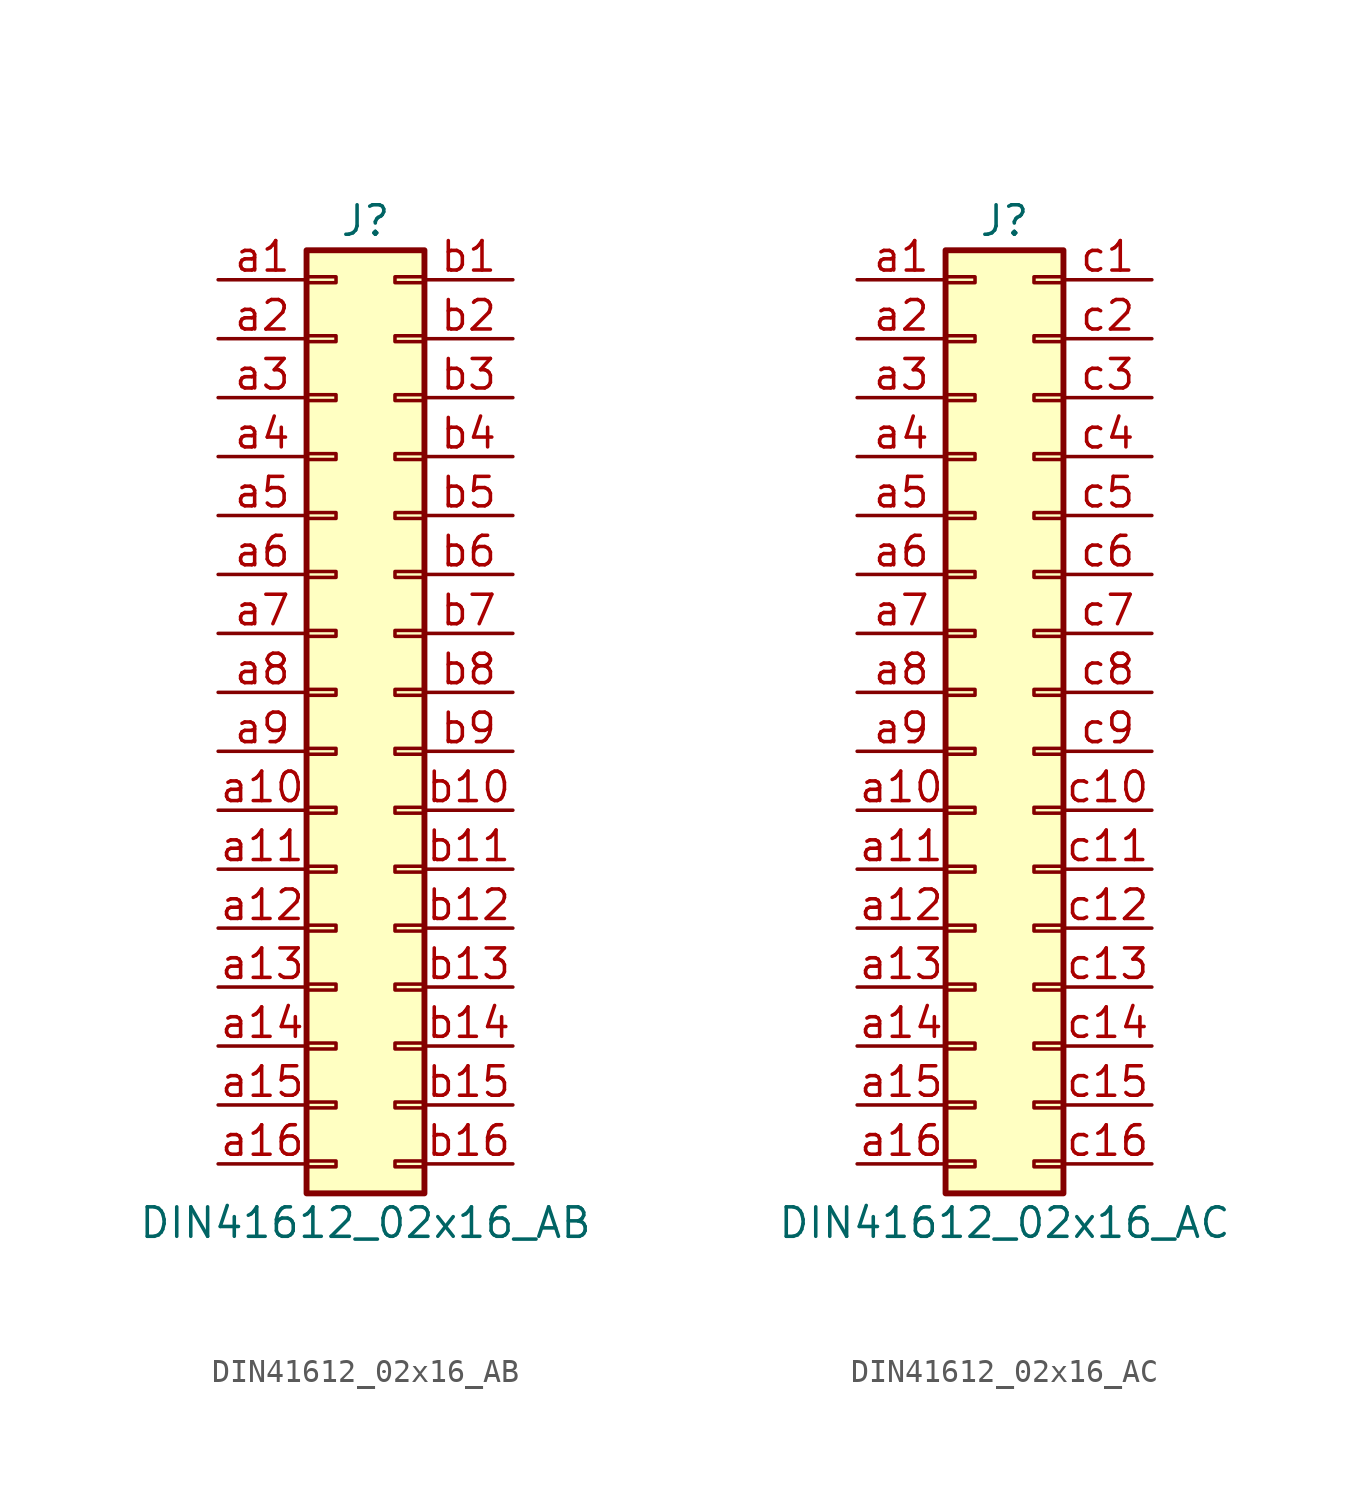
<source format=kicad_sym>
(kicad_symbol_lib
  (version 20201005)
  (generator kicad_symbol_editor)
  (symbol "Connector:DIN41612_02x16_AB"
    (pin_names
      (offset 1.016) hide)
    (property "Reference" "J"
      (at 1.27 20.32 0)
      (effects (font (size 1.27 1.27))))
    (property "Value" "DIN41612_02x16_AB"
      (at 1.27 -22.86 0)
      (effects (font (size 1.27 1.27))))
    (symbol "DIN41612_02x16_AB_1_1"
      (rectangle (start -1.27 -20.193) (end 0 -20.447) (stroke (width 0.152)) (fill (type none)))
      (rectangle (start -1.27 -17.653) (end 0 -17.907) (stroke (width 0.152)) (fill (type none)))
      (rectangle (start -1.27 -15.113) (end 0 -15.367) (stroke (width 0.152)) (fill (type none)))
      (rectangle (start -1.27 -12.573) (end 0 -12.827) (stroke (width 0.152)) (fill (type none)))
      (rectangle (start -1.27 -10.033) (end 0 -10.287) (stroke (width 0.152)) (fill (type none)))
      (rectangle (start -1.27 -7.493) (end 0 -7.747) (stroke (width 0.152)) (fill (type none)))
      (rectangle (start -1.27 -4.953) (end 0 -5.207) (stroke (width 0.152)) (fill (type none)))
      (rectangle (start -1.27 -2.413) (end 0 -2.667) (stroke (width 0.152)) (fill (type none)))
      (rectangle (start -1.27 0.127) (end 0 -0.127) (stroke (width 0.152)) (fill (type none)))
      (rectangle (start -1.27 2.667) (end 0 2.413) (stroke (width 0.152)) (fill (type none)))
      (rectangle (start -1.27 5.207) (end 0 4.953) (stroke (width 0.152)) (fill (type none)))
      (rectangle (start -1.27 7.747) (end 0 7.493) (stroke (width 0.152)) (fill (type none)))
      (rectangle (start -1.27 10.287) (end 0 10.033) (stroke (width 0.152)) (fill (type none)))
      (rectangle (start -1.27 12.827) (end 0 12.573) (stroke (width 0.152)) (fill (type none)))
      (rectangle (start -1.27 15.367) (end 0 15.113) (stroke (width 0.152)) (fill (type none)))
      (rectangle (start -1.27 17.907) (end 0 17.653) (stroke (width 0.152)) (fill (type none)))
      (rectangle (start -1.27 19.05) (end 3.81 -21.59) (stroke (width 0.254)) (fill (type background)))
      (rectangle (start 3.81 -20.193) (end 2.54 -20.447) (stroke (width 0.152)) (fill (type none)))
      (rectangle (start 3.81 -17.653) (end 2.54 -17.907) (stroke (width 0.152)) (fill (type none)))
      (rectangle (start 3.81 -15.113) (end 2.54 -15.367) (stroke (width 0.152)) (fill (type none)))
      (rectangle (start 3.81 -12.573) (end 2.54 -12.827) (stroke (width 0.152)) (fill (type none)))
      (rectangle (start 3.81 -10.033) (end 2.54 -10.287) (stroke (width 0.152)) (fill (type none)))
      (rectangle (start 3.81 -7.493) (end 2.54 -7.747) (stroke (width 0.152)) (fill (type none)))
      (rectangle (start 3.81 -4.953) (end 2.54 -5.207) (stroke (width 0.152)) (fill (type none)))
      (rectangle (start 3.81 -2.413) (end 2.54 -2.667) (stroke (width 0.152)) (fill (type none)))
      (rectangle (start 3.81 0.127) (end 2.54 -0.127) (stroke (width 0.152)) (fill (type none)))
      (rectangle (start 3.81 2.667) (end 2.54 2.413) (stroke (width 0.152)) (fill (type none)))
      (rectangle (start 3.81 5.207) (end 2.54 4.953) (stroke (width 0.152)) (fill (type none)))
      (rectangle (start 3.81 7.747) (end 2.54 7.493) (stroke (width 0.152)) (fill (type none)))
      (rectangle (start 3.81 10.287) (end 2.54 10.033) (stroke (width 0.152)) (fill (type none)))
      (rectangle (start 3.81 12.827) (end 2.54 12.573) (stroke (width 0.152)) (fill (type none)))
      (rectangle (start 3.81 15.367) (end 2.54 15.113) (stroke (width 0.152)) (fill (type none)))
      (rectangle (start 3.81 17.907) (end 2.54 17.653) (stroke (width 0.152)) (fill (type none)))
      (pin passive line (at -5.08 17.78 0) (length 3.81) (name "Pin_a1" (effects (font (size 1.27 1.27)))) (number "a1" (effects (font (size 1.27 1.27)))))
      (pin passive line (at -5.08 -5.08 0) (length 3.81) (name "Pin_a10" (effects (font (size 1.27 1.27)))) (number "a10" (effects (font (size 1.27 1.27)))))
      (pin passive line (at -5.08 -7.62 0) (length 3.81) (name "Pin_a11" (effects (font (size 1.27 1.27)))) (number "a11" (effects (font (size 1.27 1.27)))))
      (pin passive line (at -5.08 -10.16 0) (length 3.81) (name "Pin_a12" (effects (font (size 1.27 1.27)))) (number "a12" (effects (font (size 1.27 1.27)))))
      (pin passive line (at -5.08 -12.7 0) (length 3.81) (name "Pin_a13" (effects (font (size 1.27 1.27)))) (number "a13" (effects (font (size 1.27 1.27)))))
      (pin passive line (at -5.08 -15.24 0) (length 3.81) (name "Pin_a14" (effects (font (size 1.27 1.27)))) (number "a14" (effects (font (size 1.27 1.27)))))
      (pin passive line (at -5.08 -17.78 0) (length 3.81) (name "Pin_a15" (effects (font (size 1.27 1.27)))) (number "a15" (effects (font (size 1.27 1.27)))))
      (pin passive line (at -5.08 -20.32 0) (length 3.81) (name "Pin_a16" (effects (font (size 1.27 1.27)))) (number "a16" (effects (font (size 1.27 1.27)))))
      (pin passive line (at -5.08 15.24 0) (length 3.81) (name "Pin_a2" (effects (font (size 1.27 1.27)))) (number "a2" (effects (font (size 1.27 1.27)))))
      (pin passive line (at -5.08 12.7 0) (length 3.81) (name "Pin_a3" (effects (font (size 1.27 1.27)))) (number "a3" (effects (font (size 1.27 1.27)))))
      (pin passive line (at -5.08 10.16 0) (length 3.81) (name "Pin_a4" (effects (font (size 1.27 1.27)))) (number "a4" (effects (font (size 1.27 1.27)))))
      (pin passive line (at -5.08 7.62 0) (length 3.81) (name "Pin_a5" (effects (font (size 1.27 1.27)))) (number "a5" (effects (font (size 1.27 1.27)))))
      (pin passive line (at -5.08 5.08 0) (length 3.81) (name "Pin_a6" (effects (font (size 1.27 1.27)))) (number "a6" (effects (font (size 1.27 1.27)))))
      (pin passive line (at -5.08 2.54 0) (length 3.81) (name "Pin_a7" (effects (font (size 1.27 1.27)))) (number "a7" (effects (font (size 1.27 1.27)))))
      (pin passive line (at -5.08 0 0) (length 3.81) (name "Pin_a8" (effects (font (size 1.27 1.27)))) (number "a8" (effects (font (size 1.27 1.27)))))
      (pin passive line (at -5.08 -2.54 0) (length 3.81) (name "Pin_a9" (effects (font (size 1.27 1.27)))) (number "a9" (effects (font (size 1.27 1.27)))))
      (pin passive line (at 7.62 17.78 180) (length 3.81) (name "Pin_b1" (effects (font (size 1.27 1.27)))) (number "b1" (effects (font (size 1.27 1.27)))))
      (pin passive line (at 7.62 -5.08 180) (length 3.81) (name "Pin_b10" (effects (font (size 1.27 1.27)))) (number "b10" (effects (font (size 1.27 1.27)))))
      (pin passive line (at 7.62 -7.62 180) (length 3.81) (name "Pin_b11" (effects (font (size 1.27 1.27)))) (number "b11" (effects (font (size 1.27 1.27)))))
      (pin passive line (at 7.62 -10.16 180) (length 3.81) (name "Pin_b12" (effects (font (size 1.27 1.27)))) (number "b12" (effects (font (size 1.27 1.27)))))
      (pin passive line (at 7.62 -12.7 180) (length 3.81) (name "Pin_b13" (effects (font (size 1.27 1.27)))) (number "b13" (effects (font (size 1.27 1.27)))))
      (pin passive line (at 7.62 -15.24 180) (length 3.81) (name "Pin_b14" (effects (font (size 1.27 1.27)))) (number "b14" (effects (font (size 1.27 1.27)))))
      (pin passive line (at 7.62 -17.78 180) (length 3.81) (name "Pin_b15" (effects (font (size 1.27 1.27)))) (number "b15" (effects (font (size 1.27 1.27)))))
      (pin passive line (at 7.62 -20.32 180) (length 3.81) (name "Pin_b16" (effects (font (size 1.27 1.27)))) (number "b16" (effects (font (size 1.27 1.27)))))
      (pin passive line (at 7.62 15.24 180) (length 3.81) (name "Pin_b2" (effects (font (size 1.27 1.27)))) (number "b2" (effects (font (size 1.27 1.27)))))
      (pin passive line (at 7.62 12.7 180) (length 3.81) (name "Pin_b3" (effects (font (size 1.27 1.27)))) (number "b3" (effects (font (size 1.27 1.27)))))
      (pin passive line (at 7.62 10.16 180) (length 3.81) (name "Pin_b4" (effects (font (size 1.27 1.27)))) (number "b4" (effects (font (size 1.27 1.27)))))
      (pin passive line (at 7.62 7.62 180) (length 3.81) (name "Pin_b5" (effects (font (size 1.27 1.27)))) (number "b5" (effects (font (size 1.27 1.27)))))
      (pin passive line (at 7.62 5.08 180) (length 3.81) (name "Pin_b6" (effects (font (size 1.27 1.27)))) (number "b6" (effects (font (size 1.27 1.27)))))
      (pin passive line (at 7.62 2.54 180) (length 3.81) (name "Pin_b7" (effects (font (size 1.27 1.27)))) (number "b7" (effects (font (size 1.27 1.27)))))
      (pin passive line (at 7.62 0 180) (length 3.81) (name "Pin_b8" (effects (font (size 1.27 1.27)))) (number "b8" (effects (font (size 1.27 1.27)))))
      (pin passive line (at 7.62 -2.54 180) (length 3.81) (name "Pin_b9" (effects (font (size 1.27 1.27)))) (number "b9" (effects (font (size 1.27 1.27)))))))
  (symbol "Connector:DIN41612_02x16_AC"
    (pin_names
      (offset 1.016) hide)
    (property "Reference" "J"
      (at 1.27 20.32 0)
      (effects (font (size 1.27 1.27))))
    (property "Value" "DIN41612_02x16_AC"
      (at 1.27 -22.86 0)
      (effects (font (size 1.27 1.27))))
    (symbol "DIN41612_02x16_AC_1_1"
      (rectangle (start -1.27 -20.193) (end 0 -20.447) (stroke (width 0.152)) (fill (type none)))
      (rectangle (start -1.27 -17.653) (end 0 -17.907) (stroke (width 0.152)) (fill (type none)))
      (rectangle (start -1.27 -15.113) (end 0 -15.367) (stroke (width 0.152)) (fill (type none)))
      (rectangle (start -1.27 -12.573) (end 0 -12.827) (stroke (width 0.152)) (fill (type none)))
      (rectangle (start -1.27 -10.033) (end 0 -10.287) (stroke (width 0.152)) (fill (type none)))
      (rectangle (start -1.27 -7.493) (end 0 -7.747) (stroke (width 0.152)) (fill (type none)))
      (rectangle (start -1.27 -4.953) (end 0 -5.207) (stroke (width 0.152)) (fill (type none)))
      (rectangle (start -1.27 -2.413) (end 0 -2.667) (stroke (width 0.152)) (fill (type none)))
      (rectangle (start -1.27 0.127) (end 0 -0.127) (stroke (width 0.152)) (fill (type none)))
      (rectangle (start -1.27 2.667) (end 0 2.413) (stroke (width 0.152)) (fill (type none)))
      (rectangle (start -1.27 5.207) (end 0 4.953) (stroke (width 0.152)) (fill (type none)))
      (rectangle (start -1.27 7.747) (end 0 7.493) (stroke (width 0.152)) (fill (type none)))
      (rectangle (start -1.27 10.287) (end 0 10.033) (stroke (width 0.152)) (fill (type none)))
      (rectangle (start -1.27 12.827) (end 0 12.573) (stroke (width 0.152)) (fill (type none)))
      (rectangle (start -1.27 15.367) (end 0 15.113) (stroke (width 0.152)) (fill (type none)))
      (rectangle (start -1.27 17.907) (end 0 17.653) (stroke (width 0.152)) (fill (type none)))
      (rectangle (start -1.27 19.05) (end 3.81 -21.59) (stroke (width 0.254)) (fill (type background)))
      (rectangle (start 3.81 -20.193) (end 2.54 -20.447) (stroke (width 0.152)) (fill (type none)))
      (rectangle (start 3.81 -17.653) (end 2.54 -17.907) (stroke (width 0.152)) (fill (type none)))
      (rectangle (start 3.81 -15.113) (end 2.54 -15.367) (stroke (width 0.152)) (fill (type none)))
      (rectangle (start 3.81 -12.573) (end 2.54 -12.827) (stroke (width 0.152)) (fill (type none)))
      (rectangle (start 3.81 -10.033) (end 2.54 -10.287) (stroke (width 0.152)) (fill (type none)))
      (rectangle (start 3.81 -7.493) (end 2.54 -7.747) (stroke (width 0.152)) (fill (type none)))
      (rectangle (start 3.81 -4.953) (end 2.54 -5.207) (stroke (width 0.152)) (fill (type none)))
      (rectangle (start 3.81 -2.413) (end 2.54 -2.667) (stroke (width 0.152)) (fill (type none)))
      (rectangle (start 3.81 0.127) (end 2.54 -0.127) (stroke (width 0.152)) (fill (type none)))
      (rectangle (start 3.81 2.667) (end 2.54 2.413) (stroke (width 0.152)) (fill (type none)))
      (rectangle (start 3.81 5.207) (end 2.54 4.953) (stroke (width 0.152)) (fill (type none)))
      (rectangle (start 3.81 7.747) (end 2.54 7.493) (stroke (width 0.152)) (fill (type none)))
      (rectangle (start 3.81 10.287) (end 2.54 10.033) (stroke (width 0.152)) (fill (type none)))
      (rectangle (start 3.81 12.827) (end 2.54 12.573) (stroke (width 0.152)) (fill (type none)))
      (rectangle (start 3.81 15.367) (end 2.54 15.113) (stroke (width 0.152)) (fill (type none)))
      (rectangle (start 3.81 17.907) (end 2.54 17.653) (stroke (width 0.152)) (fill (type none)))
      (pin passive line (at -5.08 17.78 0) (length 3.81) (name "Pin_a1" (effects (font (size 1.27 1.27)))) (number "a1" (effects (font (size 1.27 1.27)))))
      (pin passive line (at -5.08 -5.08 0) (length 3.81) (name "Pin_a10" (effects (font (size 1.27 1.27)))) (number "a10" (effects (font (size 1.27 1.27)))))
      (pin passive line (at -5.08 -7.62 0) (length 3.81) (name "Pin_a11" (effects (font (size 1.27 1.27)))) (number "a11" (effects (font (size 1.27 1.27)))))
      (pin passive line (at -5.08 -10.16 0) (length 3.81) (name "Pin_a12" (effects (font (size 1.27 1.27)))) (number "a12" (effects (font (size 1.27 1.27)))))
      (pin passive line (at -5.08 -12.7 0) (length 3.81) (name "Pin_a13" (effects (font (size 1.27 1.27)))) (number "a13" (effects (font (size 1.27 1.27)))))
      (pin passive line (at -5.08 -15.24 0) (length 3.81) (name "Pin_a14" (effects (font (size 1.27 1.27)))) (number "a14" (effects (font (size 1.27 1.27)))))
      (pin passive line (at -5.08 -17.78 0) (length 3.81) (name "Pin_a15" (effects (font (size 1.27 1.27)))) (number "a15" (effects (font (size 1.27 1.27)))))
      (pin passive line (at -5.08 -20.32 0) (length 3.81) (name "Pin_a16" (effects (font (size 1.27 1.27)))) (number "a16" (effects (font (size 1.27 1.27)))))
      (pin passive line (at -5.08 15.24 0) (length 3.81) (name "Pin_a2" (effects (font (size 1.27 1.27)))) (number "a2" (effects (font (size 1.27 1.27)))))
      (pin passive line (at -5.08 12.7 0) (length 3.81) (name "Pin_a3" (effects (font (size 1.27 1.27)))) (number "a3" (effects (font (size 1.27 1.27)))))
      (pin passive line (at -5.08 10.16 0) (length 3.81) (name "Pin_a4" (effects (font (size 1.27 1.27)))) (number "a4" (effects (font (size 1.27 1.27)))))
      (pin passive line (at -5.08 7.62 0) (length 3.81) (name "Pin_a5" (effects (font (size 1.27 1.27)))) (number "a5" (effects (font (size 1.27 1.27)))))
      (pin passive line (at -5.08 5.08 0) (length 3.81) (name "Pin_a6" (effects (font (size 1.27 1.27)))) (number "a6" (effects (font (size 1.27 1.27)))))
      (pin passive line (at -5.08 2.54 0) (length 3.81) (name "Pin_a7" (effects (font (size 1.27 1.27)))) (number "a7" (effects (font (size 1.27 1.27)))))
      (pin passive line (at -5.08 0 0) (length 3.81) (name "Pin_a8" (effects (font (size 1.27 1.27)))) (number "a8" (effects (font (size 1.27 1.27)))))
      (pin passive line (at -5.08 -2.54 0) (length 3.81) (name "Pin_a9" (effects (font (size 1.27 1.27)))) (number "a9" (effects (font (size 1.27 1.27)))))
      (pin passive line (at 7.62 17.78 180) (length 3.81) (name "Pin_c1" (effects (font (size 1.27 1.27)))) (number "c1" (effects (font (size 1.27 1.27)))))
      (pin passive line (at 7.62 -5.08 180) (length 3.81) (name "Pin_c10" (effects (font (size 1.27 1.27)))) (number "c10" (effects (font (size 1.27 1.27)))))
      (pin passive line (at 7.62 -7.62 180) (length 3.81) (name "Pin_c11" (effects (font (size 1.27 1.27)))) (number "c11" (effects (font (size 1.27 1.27)))))
      (pin passive line (at 7.62 -10.16 180) (length 3.81) (name "Pin_c12" (effects (font (size 1.27 1.27)))) (number "c12" (effects (font (size 1.27 1.27)))))
      (pin passive line (at 7.62 -12.7 180) (length 3.81) (name "Pin_c13" (effects (font (size 1.27 1.27)))) (number "c13" (effects (font (size 1.27 1.27)))))
      (pin passive line (at 7.62 -15.24 180) (length 3.81) (name "Pin_c14" (effects (font (size 1.27 1.27)))) (number "c14" (effects (font (size 1.27 1.27)))))
      (pin passive line (at 7.62 -17.78 180) (length 3.81) (name "Pin_c15" (effects (font (size 1.27 1.27)))) (number "c15" (effects (font (size 1.27 1.27)))))
      (pin passive line (at 7.62 -20.32 180) (length 3.81) (name "Pin_c16" (effects (font (size 1.27 1.27)))) (number "c16" (effects (font (size 1.27 1.27)))))
      (pin passive line (at 7.62 15.24 180) (length 3.81) (name "Pin_c2" (effects (font (size 1.27 1.27)))) (number "c2" (effects (font (size 1.27 1.27)))))
      (pin passive line (at 7.62 12.7 180) (length 3.81) (name "Pin_c3" (effects (font (size 1.27 1.27)))) (number "c3" (effects (font (size 1.27 1.27)))))
      (pin passive line (at 7.62 10.16 180) (length 3.81) (name "Pin_c4" (effects (font (size 1.27 1.27)))) (number "c4" (effects (font (size 1.27 1.27)))))
      (pin passive line (at 7.62 7.62 180) (length 3.81) (name "Pin_c5" (effects (font (size 1.27 1.27)))) (number "c5" (effects (font (size 1.27 1.27)))))
      (pin passive line (at 7.62 5.08 180) (length 3.81) (name "Pin_c6" (effects (font (size 1.27 1.27)))) (number "c6" (effects (font (size 1.27 1.27)))))
      (pin passive line (at 7.62 2.54 180) (length 3.81) (name "Pin_c7" (effects (font (size 1.27 1.27)))) (number "c7" (effects (font (size 1.27 1.27)))))
      (pin passive line (at 7.62 0 180) (length 3.81) (name "Pin_c8" (effects (font (size 1.27 1.27)))) (number "c8" (effects (font (size 1.27 1.27)))))
      (pin passive line (at 7.62 -2.54 180) (length 3.81) (name "Pin_c9" (effects (font (size 1.27 1.27)))) (number "c9" (effects (font (size 1.27 1.27))))))))
</source>
